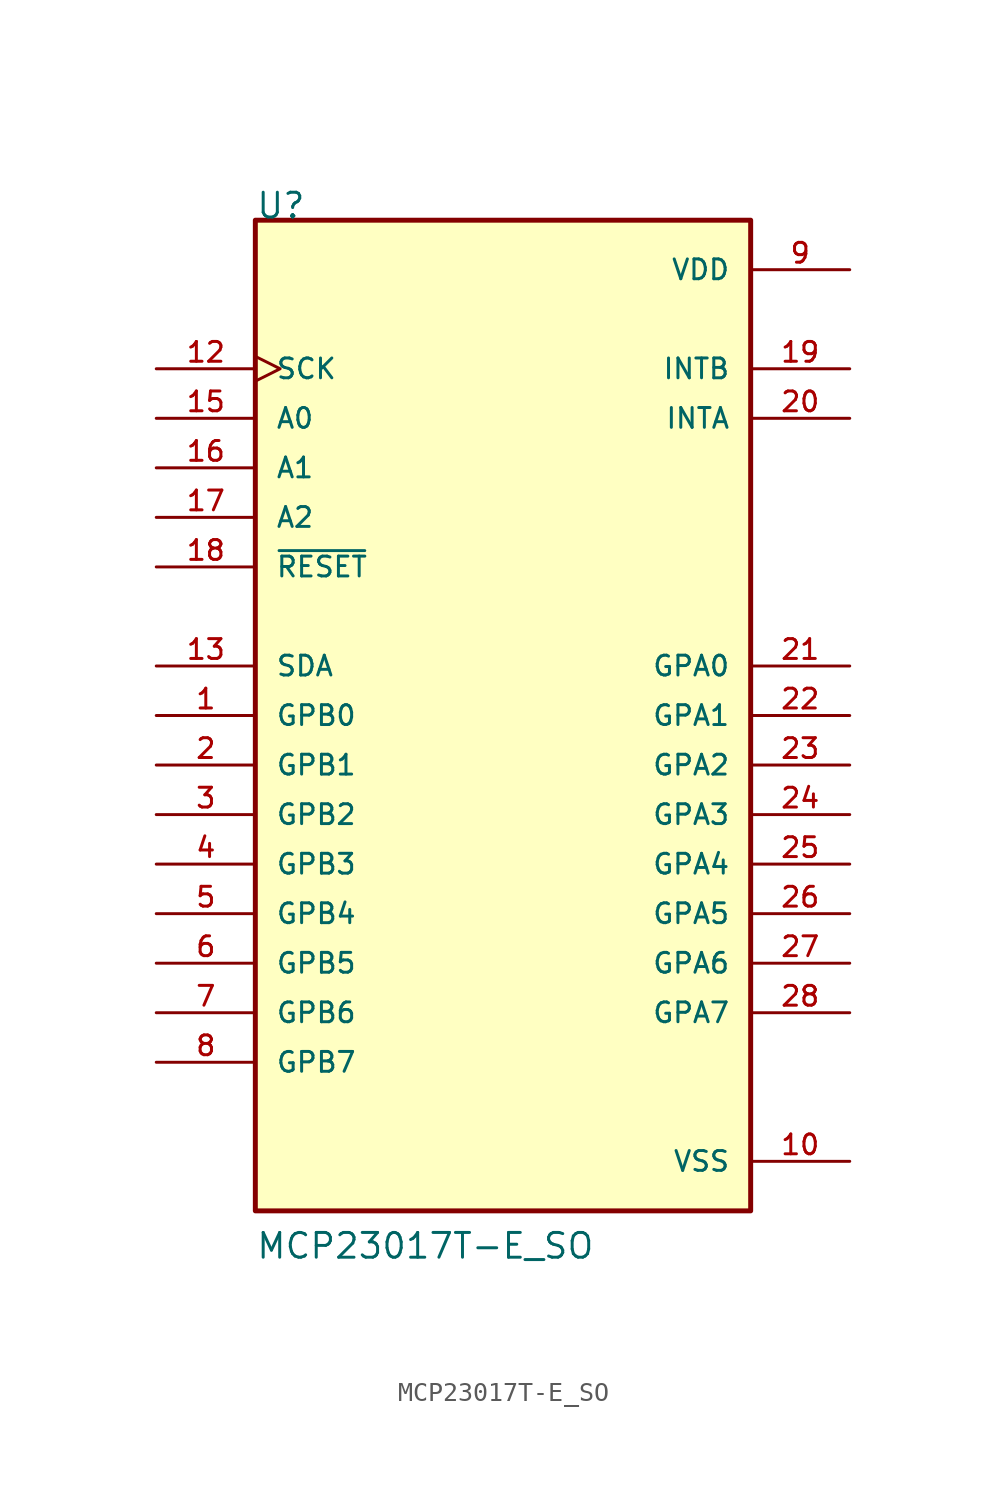
<source format=kicad_sym>
(kicad_symbol_lib
  (version 20211014)
  (generator kicad_symbol_editor)
  (symbol "MCP23017T-E_SO"
    (pin_names
      (offset 1.016))
    (property "Reference" "U"
      (at -12.7 25.4 0)
      (effects (font (size 1.27 1.27)) (justify bottom left)))
    (property "Value" "MCP23017T-E_SO"
      (at -12.7 -27.94 0)
      (effects (font (size 1.27 1.27)) (justify bottom left)))
    (symbol "MCP23017T-E_SO_0_0"
      (rectangle (start -12.7 -25.4) (end 12.7 25.4) (stroke (width 0.254)) (fill (type background)))
      (pin bidirectional line (at -17.78 0.0 0) (length 5.08) (name "GPB0" (effects (font (size 1.016 1.016)))) (number "1" (effects (font (size 1.016 1.016)))))
      (pin bidirectional line (at -17.78 -2.54 0) (length 5.08) (name "GPB1" (effects (font (size 1.016 1.016)))) (number "2" (effects (font (size 1.016 1.016)))))
      (pin bidirectional line (at -17.78 -5.08 0) (length 5.08) (name "GPB2" (effects (font (size 1.016 1.016)))) (number "3" (effects (font (size 1.016 1.016)))))
      (pin bidirectional line (at -17.78 -7.62 0) (length 5.08) (name "GPB3" (effects (font (size 1.016 1.016)))) (number "4" (effects (font (size 1.016 1.016)))))
      (pin bidirectional line (at -17.78 -10.16 0) (length 5.08) (name "GPB4" (effects (font (size 1.016 1.016)))) (number "5" (effects (font (size 1.016 1.016)))))
      (pin bidirectional line (at -17.78 -12.7 0) (length 5.08) (name "GPB5" (effects (font (size 1.016 1.016)))) (number "6" (effects (font (size 1.016 1.016)))))
      (pin bidirectional line (at -17.78 -15.24 0) (length 5.08) (name "GPB6" (effects (font (size 1.016 1.016)))) (number "7" (effects (font (size 1.016 1.016)))))
      (pin bidirectional line (at -17.78 -17.78 0) (length 5.08) (name "GPB7" (effects (font (size 1.016 1.016)))) (number "8" (effects (font (size 1.016 1.016)))))
      (pin power_in line (at 17.78 22.86 180.0) (length 5.08) (name "VDD" (effects (font (size 1.016 1.016)))) (number "9" (effects (font (size 1.016 1.016)))))
      (pin power_in line (at 17.78 -22.86 180.0) (length 5.08) (name "VSS" (effects (font (size 1.016 1.016)))) (number "10" (effects (font (size 1.016 1.016)))))
      (pin input clock (at -17.78 17.78 0) (length 5.08) (name "SCK" (effects (font (size 1.016 1.016)))) (number "12" (effects (font (size 1.016 1.016)))))
      (pin bidirectional line (at -17.78 2.54 0) (length 5.08) (name "SDA" (effects (font (size 1.016 1.016)))) (number "13" (effects (font (size 1.016 1.016)))))
      (pin input line (at -17.78 15.24 0) (length 5.08) (name "A0" (effects (font (size 1.016 1.016)))) (number "15" (effects (font (size 1.016 1.016)))))
      (pin input line (at -17.78 12.7 0) (length 5.08) (name "A1" (effects (font (size 1.016 1.016)))) (number "16" (effects (font (size 1.016 1.016)))))
      (pin input line (at -17.78 10.16 0) (length 5.08) (name "A2" (effects (font (size 1.016 1.016)))) (number "17" (effects (font (size 1.016 1.016)))))
      (pin input line (at -17.78 7.62 0) (length 5.08) (name "~{RESET}" (effects (font (size 1.016 1.016)))) (number "18" (effects (font (size 1.016 1.016)))))
      (pin output line (at 17.78 17.78 180.0) (length 5.08) (name "INTB" (effects (font (size 1.016 1.016)))) (number "19" (effects (font (size 1.016 1.016)))))
      (pin output line (at 17.78 15.24 180.0) (length 5.08) (name "INTA" (effects (font (size 1.016 1.016)))) (number "20" (effects (font (size 1.016 1.016)))))
      (pin bidirectional line (at 17.78 2.54 180.0) (length 5.08) (name "GPA0" (effects (font (size 1.016 1.016)))) (number "21" (effects (font (size 1.016 1.016)))))
      (pin bidirectional line (at 17.78 -2.54 180.0) (length 5.08) (name "GPA2" (effects (font (size 1.016 1.016)))) (number "23" (effects (font (size 1.016 1.016)))))
      (pin bidirectional line (at 17.78 -5.08 180.0) (length 5.08) (name "GPA3" (effects (font (size 1.016 1.016)))) (number "24" (effects (font (size 1.016 1.016)))))
      (pin bidirectional line (at 17.78 -7.62 180.0) (length 5.08) (name "GPA4" (effects (font (size 1.016 1.016)))) (number "25" (effects (font (size 1.016 1.016)))))
      (pin bidirectional line (at 17.78 -10.16 180.0) (length 5.08) (name "GPA5" (effects (font (size 1.016 1.016)))) (number "26" (effects (font (size 1.016 1.016)))))
      (pin bidirectional line (at 17.78 -12.7 180.0) (length 5.08) (name "GPA6" (effects (font (size 1.016 1.016)))) (number "27" (effects (font (size 1.016 1.016)))))
      (pin bidirectional line (at 17.78 -15.24 180.0) (length 5.08) (name "GPA7" (effects (font (size 1.016 1.016)))) (number "28" (effects (font (size 1.016 1.016)))))
      (pin bidirectional line (at 17.78 0.0 180.0) (length 5.08) (name "GPA1" (effects (font (size 1.016 1.016)))) (number "22" (effects (font (size 1.016 1.016))))))))
</source>
